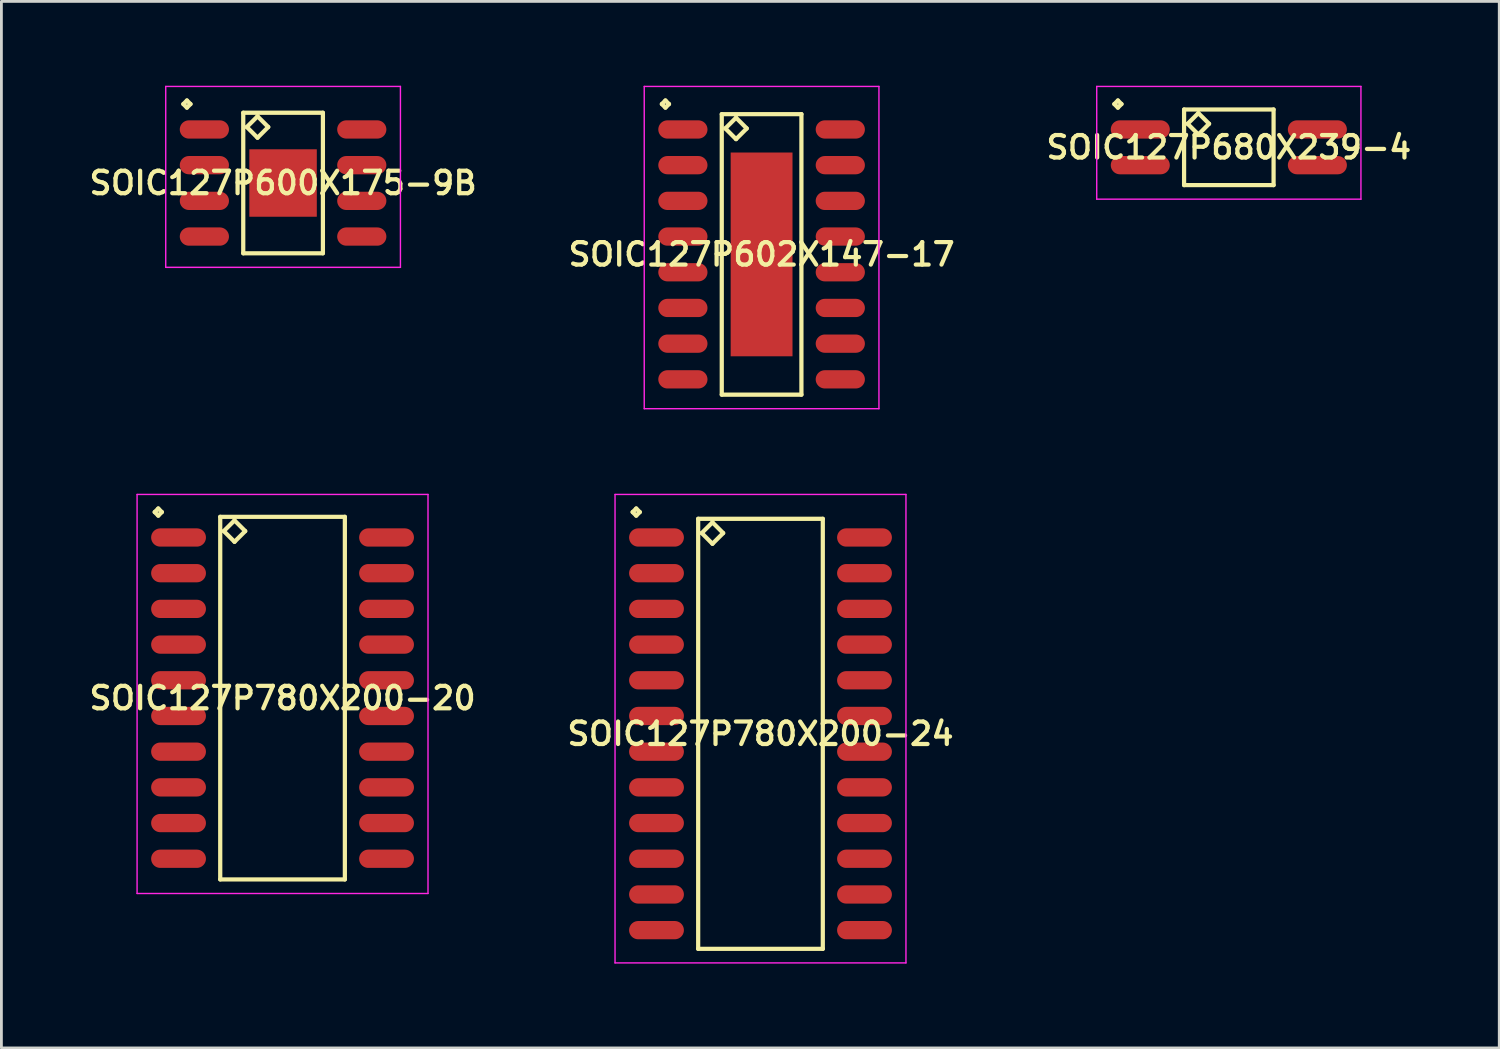
<source format=kicad_pcb>
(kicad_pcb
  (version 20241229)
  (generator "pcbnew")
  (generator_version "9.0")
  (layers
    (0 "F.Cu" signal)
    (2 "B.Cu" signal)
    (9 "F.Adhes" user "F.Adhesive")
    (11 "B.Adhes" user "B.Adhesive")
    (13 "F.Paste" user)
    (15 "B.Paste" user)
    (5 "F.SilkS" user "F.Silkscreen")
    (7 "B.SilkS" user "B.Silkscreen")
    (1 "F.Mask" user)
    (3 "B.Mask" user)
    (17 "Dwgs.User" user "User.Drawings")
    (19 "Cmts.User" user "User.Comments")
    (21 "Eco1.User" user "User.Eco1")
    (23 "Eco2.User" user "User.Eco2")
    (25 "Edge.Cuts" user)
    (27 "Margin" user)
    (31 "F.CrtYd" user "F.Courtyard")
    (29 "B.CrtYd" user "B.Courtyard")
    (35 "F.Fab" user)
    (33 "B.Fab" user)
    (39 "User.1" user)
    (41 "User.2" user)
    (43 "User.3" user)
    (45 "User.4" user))
  (footprint "SOIC127P602X147-17"
    (layer "F.Cu")
    (at 24.045 6.001)
    (property "Reference" "SOIC127P602X147-17" (at 0 0 0) (layer "F.SilkS") (effects (font (size 0.8 0.8) (thickness 0.15))))
    (attr smd)
    (fp_line (start -3.548 -5.349) (end -3.421 -5.476) (stroke (width 0.15) (type solid)) (layer "F.SilkS"))
    (fp_line (start -3.421 -5.476) (end -3.294 -5.349) (stroke (width 0.15) (type solid)) (layer "F.SilkS"))
    (fp_line (start -3.421 -5.222) (end -3.548 -5.349) (stroke (width 0.15) (type solid)) (layer "F.SilkS"))
    (fp_line (start -3.294 -5.349) (end -3.421 -5.222) (stroke (width 0.15) (type solid)) (layer "F.SilkS"))
    (fp_line (start -1.417 -4.99) (end -1.417 4.99) (stroke (width 0.15) (type solid)) (layer "F.SilkS"))
    (fp_line (start -1.417 4.99) (end 1.417 4.99) (stroke (width 0.15) (type solid)) (layer "F.SilkS"))
    (fp_line (start -1.29 -4.482) (end -0.909 -4.863) (stroke (width 0.15) (type solid)) (layer "F.SilkS"))
    (fp_line (start -0.909 -4.863) (end -0.528 -4.482) (stroke (width 0.15) (type solid)) (layer "F.SilkS"))
    (fp_line (start -0.909 -4.101) (end -1.29 -4.482) (stroke (width 0.15) (type solid)) (layer "F.SilkS"))
    (fp_line (start -0.528 -4.482) (end -0.909 -4.101) (stroke (width 0.15) (type solid)) (layer "F.SilkS"))
    (fp_line (start 1.417 -4.99) (end -1.417 -4.99) (stroke (width 0.15) (type solid)) (layer "F.SilkS"))
    (fp_line (start 1.417 4.99) (end 1.417 -4.99) (stroke (width 0.15) (type solid)) (layer "F.SilkS"))
    (fp_line (start -4.175 -5.976) (end 4.175 -5.976) (stroke (width 0.05) (type solid)) (layer "F.CrtYd"))
    (fp_line (start -4.175 5.49) (end -4.175 -5.976) (stroke (width 0.05) (type solid)) (layer "F.CrtYd"))
    (fp_line (start 4.175 -5.976) (end 4.175 5.49) (stroke (width 0.05) (type solid)) (layer "F.CrtYd"))
    (fp_line (start 4.175 5.49) (end -4.175 5.49) (stroke (width 0.05) (type solid)) (layer "F.CrtYd"))
    (pad "1" smd oval (at -2.8 -4.445) (size 1.75 0.65) (layers "F.Cu" "F.Mask" "F.Paste"))
    (pad "2" smd oval (at -2.8 -3.175) (size 1.75 0.65) (layers "F.Cu" "F.Mask" "F.Paste"))
    (pad "3" smd oval (at -2.8 -1.905) (size 1.75 0.65) (layers "F.Cu" "F.Mask" "F.Paste"))
    (pad "4" smd oval (at -2.8 -0.635) (size 1.75 0.65) (layers "F.Cu" "F.Mask" "F.Paste"))
    (pad "5" smd oval (at -2.8 0.635) (size 1.75 0.65) (layers "F.Cu" "F.Mask" "F.Paste"))
    (pad "6" smd oval (at -2.8 1.905) (size 1.75 0.65) (layers "F.Cu" "F.Mask" "F.Paste"))
    (pad "7" smd oval (at -2.8 3.175) (size 1.75 0.65) (layers "F.Cu" "F.Mask" "F.Paste"))
    (pad "8" smd oval (at -2.8 4.445) (size 1.75 0.65) (layers "F.Cu" "F.Mask" "F.Paste"))
    (pad "9" smd oval (at 2.8 4.445) (size 1.75 0.65) (layers "F.Cu" "F.Mask" "F.Paste"))
    (pad "10" smd oval (at 2.8 3.175) (size 1.75 0.65) (layers "F.Cu" "F.Mask" "F.Paste"))
    (pad "11" smd oval (at 2.8 1.905) (size 1.75 0.65) (layers "F.Cu" "F.Mask" "F.Paste"))
    (pad "12" smd oval (at 2.8 0.635) (size 1.75 0.65) (layers "F.Cu" "F.Mask" "F.Paste"))
    (pad "13" smd oval (at 2.8 -0.635) (size 1.75 0.65) (layers "F.Cu" "F.Mask" "F.Paste"))
    (pad "14" smd oval (at 2.8 -1.905) (size 1.75 0.65) (layers "F.Cu" "F.Mask" "F.Paste"))
    (pad "15" smd oval (at 2.8 -3.175) (size 1.75 0.65) (layers "F.Cu" "F.Mask" "F.Paste"))
    (pad "16" smd oval (at 2.8 -4.445) (size 1.75 0.65) (layers "F.Cu" "F.Mask" "F.Paste"))
    (pad "17" smd rect (at 0 0) (size 2.2 7.25) (layers "F.Cu" "F.Mask" "F.Paste")))
  (footprint "SOIC127P780X200-20"
    (layer "F.Cu")
    (at 7.002 21.787)
    (property "Reference" "SOIC127P780X200-20" (at 0 0 0) (layer "F.SilkS") (effects (font (size 0.8 0.8) (thickness 0.15))))
    (attr smd)
    (fp_line (start -4.548 -6.619) (end -4.421 -6.746) (stroke (width 0.15) (type solid)) (layer "F.SilkS"))
    (fp_line (start -4.421 -6.746) (end -4.294 -6.619) (stroke (width 0.15) (type solid)) (layer "F.SilkS"))
    (fp_line (start -4.421 -6.492) (end -4.548 -6.619) (stroke (width 0.15) (type solid)) (layer "F.SilkS"))
    (fp_line (start -4.294 -6.619) (end -4.421 -6.492) (stroke (width 0.15) (type solid)) (layer "F.SilkS"))
    (fp_line (start -2.217 -6.45) (end -2.217 6.45) (stroke (width 0.15) (type solid)) (layer "F.SilkS"))
    (fp_line (start -2.217 6.45) (end 2.217 6.45) (stroke (width 0.15) (type solid)) (layer "F.SilkS"))
    (fp_line (start -2.09 -5.942) (end -1.709 -6.323) (stroke (width 0.15) (type solid)) (layer "F.SilkS"))
    (fp_line (start -1.709 -6.323) (end -1.328 -5.942) (stroke (width 0.15) (type solid)) (layer "F.SilkS"))
    (fp_line (start -1.709 -5.561) (end -2.09 -5.942) (stroke (width 0.15) (type solid)) (layer "F.SilkS"))
    (fp_line (start -1.328 -5.942) (end -1.709 -5.561) (stroke (width 0.15) (type solid)) (layer "F.SilkS"))
    (fp_line (start 2.217 -6.45) (end -2.217 -6.45) (stroke (width 0.15) (type solid)) (layer "F.SilkS"))
    (fp_line (start 2.217 6.45) (end 2.217 -6.45) (stroke (width 0.15) (type solid)) (layer "F.SilkS"))
    (fp_line (start -5.175 -7.246) (end 5.175 -7.246) (stroke (width 0.05) (type solid)) (layer "F.CrtYd"))
    (fp_line (start -5.175 6.95) (end -5.175 -7.246) (stroke (width 0.05) (type solid)) (layer "F.CrtYd"))
    (fp_line (start 5.175 -7.246) (end 5.175 6.95) (stroke (width 0.05) (type solid)) (layer "F.CrtYd"))
    (fp_line (start 5.175 6.95) (end -5.175 6.95) (stroke (width 0.05) (type solid)) (layer "F.CrtYd"))
    (pad "1" smd oval (at -3.7 -5.715) (size 1.95 0.65) (layers "F.Cu" "F.Mask" "F.Paste"))
    (pad "2" smd oval (at -3.7 -4.445) (size 1.95 0.65) (layers "F.Cu" "F.Mask" "F.Paste"))
    (pad "3" smd oval (at -3.7 -3.175) (size 1.95 0.65) (layers "F.Cu" "F.Mask" "F.Paste"))
    (pad "4" smd oval (at -3.7 -1.905) (size 1.95 0.65) (layers "F.Cu" "F.Mask" "F.Paste"))
    (pad "5" smd oval (at -3.7 -0.635) (size 1.95 0.65) (layers "F.Cu" "F.Mask" "F.Paste"))
    (pad "6" smd oval (at -3.7 0.635) (size 1.95 0.65) (layers "F.Cu" "F.Mask" "F.Paste"))
    (pad "7" smd oval (at -3.7 1.905) (size 1.95 0.65) (layers "F.Cu" "F.Mask" "F.Paste"))
    (pad "8" smd oval (at -3.7 3.175) (size 1.95 0.65) (layers "F.Cu" "F.Mask" "F.Paste"))
    (pad "9" smd oval (at -3.7 4.445) (size 1.95 0.65) (layers "F.Cu" "F.Mask" "F.Paste"))
    (pad "10" smd oval (at -3.7 5.715) (size 1.95 0.65) (layers "F.Cu" "F.Mask" "F.Paste"))
    (pad "11" smd oval (at 3.7 5.715) (size 1.95 0.65) (layers "F.Cu" "F.Mask" "F.Paste"))
    (pad "12" smd oval (at 3.7 4.445) (size 1.95 0.65) (layers "F.Cu" "F.Mask" "F.Paste"))
    (pad "13" smd oval (at 3.7 3.175) (size 1.95 0.65) (layers "F.Cu" "F.Mask" "F.Paste"))
    (pad "14" smd oval (at 3.7 1.905) (size 1.95 0.65) (layers "F.Cu" "F.Mask" "F.Paste"))
    (pad "15" smd oval (at 3.7 0.635) (size 1.95 0.65) (layers "F.Cu" "F.Mask" "F.Paste"))
    (pad "16" smd oval (at 3.7 -0.635) (size 1.95 0.65) (layers "F.Cu" "F.Mask" "F.Paste"))
    (pad "17" smd oval (at 3.7 -1.905) (size 1.95 0.65) (layers "F.Cu" "F.Mask" "F.Paste"))
    (pad "18" smd oval (at 3.7 -3.175) (size 1.95 0.65) (layers "F.Cu" "F.Mask" "F.Paste"))
    (pad "19" smd oval (at 3.7 -4.445) (size 1.95 0.65) (layers "F.Cu" "F.Mask" "F.Paste"))
    (pad "20" smd oval (at 3.7 -5.715) (size 1.95 0.65) (layers "F.Cu" "F.Mask" "F.Paste")))
  (footprint "SOIC127P600X175-9B"
    (layer "F.Cu")
    (at 7.021 3.461)
    (property "Reference" "SOIC127P600X175-9B" (at 0 0 0) (layer "F.SilkS") (effects (font (size 0.8 0.8) (thickness 0.15))))
    (attr smd)
    (fp_line (start -3.548 -2.809) (end -3.421 -2.936) (stroke (width 0.15) (type solid)) (layer "F.SilkS"))
    (fp_line (start -3.421 -2.936) (end -3.294 -2.809) (stroke (width 0.15) (type solid)) (layer "F.SilkS"))
    (fp_line (start -3.421 -2.682) (end -3.548 -2.809) (stroke (width 0.15) (type solid)) (layer "F.SilkS"))
    (fp_line (start -3.294 -2.809) (end -3.421 -2.682) (stroke (width 0.15) (type solid)) (layer "F.SilkS"))
    (fp_line (start -1.417 -2.5) (end -1.417 2.5) (stroke (width 0.15) (type solid)) (layer "F.SilkS"))
    (fp_line (start -1.417 2.5) (end 1.417 2.5) (stroke (width 0.15) (type solid)) (layer "F.SilkS"))
    (fp_line (start -1.29 -1.992) (end -0.909 -2.373) (stroke (width 0.15) (type solid)) (layer "F.SilkS"))
    (fp_line (start -0.909 -2.373) (end -0.528 -1.992) (stroke (width 0.15) (type solid)) (layer "F.SilkS"))
    (fp_line (start -0.909 -1.611) (end -1.29 -1.992) (stroke (width 0.15) (type solid)) (layer "F.SilkS"))
    (fp_line (start -0.528 -1.992) (end -0.909 -1.611) (stroke (width 0.15) (type solid)) (layer "F.SilkS"))
    (fp_line (start 1.417 -2.5) (end -1.417 -2.5) (stroke (width 0.15) (type solid)) (layer "F.SilkS"))
    (fp_line (start 1.417 2.5) (end 1.417 -2.5) (stroke (width 0.15) (type solid)) (layer "F.SilkS"))
    (fp_line (start -4.175 -3.436) (end 4.175 -3.436) (stroke (width 0.05) (type solid)) (layer "F.CrtYd"))
    (fp_line (start -4.175 3) (end -4.175 -3.436) (stroke (width 0.05) (type solid)) (layer "F.CrtYd"))
    (fp_line (start 4.175 -3.436) (end 4.175 3) (stroke (width 0.05) (type solid)) (layer "F.CrtYd"))
    (fp_line (start 4.175 3) (end -4.175 3) (stroke (width 0.05) (type solid)) (layer "F.CrtYd"))
    (pad "1" smd oval (at -2.8 -1.905) (size 1.75 0.65) (layers "F.Cu" "F.Mask" "F.Paste"))
    (pad "2" smd oval (at -2.8 -0.635) (size 1.75 0.65) (layers "F.Cu" "F.Mask" "F.Paste"))
    (pad "3" smd oval (at -2.8 0.635) (size 1.75 0.65) (layers "F.Cu" "F.Mask" "F.Paste"))
    (pad "4" smd oval (at -2.8 1.905) (size 1.75 0.65) (layers "F.Cu" "F.Mask" "F.Paste"))
    (pad "5" smd oval (at 2.8 1.905) (size 1.75 0.65) (layers "F.Cu" "F.Mask" "F.Paste"))
    (pad "6" smd oval (at 2.8 0.635) (size 1.75 0.65) (layers "F.Cu" "F.Mask" "F.Paste"))
    (pad "7" smd oval (at 2.8 -0.635) (size 1.75 0.65) (layers "F.Cu" "F.Mask" "F.Paste"))
    (pad "8" smd oval (at 2.8 -1.905) (size 1.75 0.65) (layers "F.Cu" "F.Mask" "F.Paste"))
    (pad "9" smd rect (at 0 0) (size 2.4 2.4) (layers "F.Cu" "F.Mask" "F.Paste")))
  (footprint "SOIC127P680X239-4"
    (layer "F.Cu")
    (at 40.668 2.191)
    (property "Reference" "SOIC127P680X239-4" (at 0 0 0) (layer "F.SilkS") (effects (font (size 0.8 0.8) (thickness 0.15))))
    (attr smd)
    (fp_line (start -4.073 -1.539) (end -3.946 -1.666) (stroke (width 0.15) (type solid)) (layer "F.SilkS"))
    (fp_line (start -3.946 -1.666) (end -3.819 -1.539) (stroke (width 0.15) (type solid)) (layer "F.SilkS"))
    (fp_line (start -3.946 -1.412) (end -4.073 -1.539) (stroke (width 0.15) (type solid)) (layer "F.SilkS"))
    (fp_line (start -3.819 -1.539) (end -3.946 -1.412) (stroke (width 0.15) (type solid)) (layer "F.SilkS"))
    (fp_line (start -1.592 -1.345) (end -1.592 1.345) (stroke (width 0.15) (type solid)) (layer "F.SilkS"))
    (fp_line (start -1.592 1.345) (end 1.592 1.345) (stroke (width 0.15) (type solid)) (layer "F.SilkS"))
    (fp_line (start -1.465 -0.837) (end -1.084 -1.218) (stroke (width 0.15) (type solid)) (layer "F.SilkS"))
    (fp_line (start -1.084 -1.218) (end -0.703 -0.837) (stroke (width 0.15) (type solid)) (layer "F.SilkS"))
    (fp_line (start -1.084 -0.456) (end -1.465 -0.837) (stroke (width 0.15) (type solid)) (layer "F.SilkS"))
    (fp_line (start -0.703 -0.837) (end -1.084 -0.456) (stroke (width 0.15) (type solid)) (layer "F.SilkS"))
    (fp_line (start 1.592 -1.345) (end -1.592 -1.345) (stroke (width 0.15) (type solid)) (layer "F.SilkS"))
    (fp_line (start 1.592 1.345) (end 1.592 -1.345) (stroke (width 0.15) (type solid)) (layer "F.SilkS"))
    (fp_line (start -4.7 -2.166) (end 4.7 -2.166) (stroke (width 0.05) (type solid)) (layer "F.CrtYd"))
    (fp_line (start -4.7 1.845) (end -4.7 -2.166) (stroke (width 0.05) (type solid)) (layer "F.CrtYd"))
    (fp_line (start 4.7 -2.166) (end 4.7 1.845) (stroke (width 0.05) (type solid)) (layer "F.CrtYd"))
    (fp_line (start 4.7 1.845) (end -4.7 1.845) (stroke (width 0.05) (type solid)) (layer "F.CrtYd"))
    (pad "1" smd oval (at -3.15 -0.635) (size 2.1 0.65) (layers "F.Cu" "F.Mask" "F.Paste"))
    (pad "2" smd oval (at -3.15 0.635) (size 2.1 0.65) (layers "F.Cu" "F.Mask" "F.Paste"))
    (pad "3" smd oval (at 3.15 0.635) (size 2.1 0.65) (layers "F.Cu" "F.Mask" "F.Paste"))
    (pad "4" smd oval (at 3.15 -0.635) (size 2.1 0.65) (layers "F.Cu" "F.Mask" "F.Paste")))
  (footprint "SOIC127P780X200-24"
    (layer "F.Cu")
    (at 24.006 23.057)
    (property "Reference" "SOIC127P780X200-24" (at 0 0 0) (layer "F.SilkS") (effects (font (size 0.8 0.8) (thickness 0.15))))
    (attr smd)
    (fp_line (start -4.548 -7.889) (end -4.421 -8.016) (stroke (width 0.15) (type solid)) (layer "F.SilkS"))
    (fp_line (start -4.421 -8.016) (end -4.294 -7.889) (stroke (width 0.15) (type solid)) (layer "F.SilkS"))
    (fp_line (start -4.421 -7.762) (end -4.548 -7.889) (stroke (width 0.15) (type solid)) (layer "F.SilkS"))
    (fp_line (start -4.294 -7.889) (end -4.421 -7.762) (stroke (width 0.15) (type solid)) (layer "F.SilkS"))
    (fp_line (start -2.217 -7.65) (end -2.217 7.65) (stroke (width 0.15) (type solid)) (layer "F.SilkS"))
    (fp_line (start -2.217 7.65) (end 2.217 7.65) (stroke (width 0.15) (type solid)) (layer "F.SilkS"))
    (fp_line (start -2.09 -7.142) (end -1.709 -7.523) (stroke (width 0.15) (type solid)) (layer "F.SilkS"))
    (fp_line (start -1.709 -7.523) (end -1.328 -7.142) (stroke (width 0.15) (type solid)) (layer "F.SilkS"))
    (fp_line (start -1.709 -6.761) (end -2.09 -7.142) (stroke (width 0.15) (type solid)) (layer "F.SilkS"))
    (fp_line (start -1.328 -7.142) (end -1.709 -6.761) (stroke (width 0.15) (type solid)) (layer "F.SilkS"))
    (fp_line (start 2.217 -7.65) (end -2.217 -7.65) (stroke (width 0.15) (type solid)) (layer "F.SilkS"))
    (fp_line (start 2.217 7.65) (end 2.217 -7.65) (stroke (width 0.15) (type solid)) (layer "F.SilkS"))
    (fp_line (start -5.175 -8.516) (end 5.175 -8.516) (stroke (width 0.05) (type solid)) (layer "F.CrtYd"))
    (fp_line (start -5.175 8.15) (end -5.175 -8.516) (stroke (width 0.05) (type solid)) (layer "F.CrtYd"))
    (fp_line (start 5.175 -8.516) (end 5.175 8.15) (stroke (width 0.05) (type solid)) (layer "F.CrtYd"))
    (fp_line (start 5.175 8.15) (end -5.175 8.15) (stroke (width 0.05) (type solid)) (layer "F.CrtYd"))
    (pad "1" smd oval (at -3.7 -6.985) (size 1.95 0.65) (layers "F.Cu" "F.Mask" "F.Paste"))
    (pad "2" smd oval (at -3.7 -5.715) (size 1.95 0.65) (layers "F.Cu" "F.Mask" "F.Paste"))
    (pad "3" smd oval (at -3.7 -4.445) (size 1.95 0.65) (layers "F.Cu" "F.Mask" "F.Paste"))
    (pad "4" smd oval (at -3.7 -3.175) (size 1.95 0.65) (layers "F.Cu" "F.Mask" "F.Paste"))
    (pad "5" smd oval (at -3.7 -1.905) (size 1.95 0.65) (layers "F.Cu" "F.Mask" "F.Paste"))
    (pad "6" smd oval (at -3.7 -0.635) (size 1.95 0.65) (layers "F.Cu" "F.Mask" "F.Paste"))
    (pad "7" smd oval (at -3.7 0.635) (size 1.95 0.65) (layers "F.Cu" "F.Mask" "F.Paste"))
    (pad "8" smd oval (at -3.7 1.905) (size 1.95 0.65) (layers "F.Cu" "F.Mask" "F.Paste"))
    (pad "9" smd oval (at -3.7 3.175) (size 1.95 0.65) (layers "F.Cu" "F.Mask" "F.Paste"))
    (pad "10" smd oval (at -3.7 4.445) (size 1.95 0.65) (layers "F.Cu" "F.Mask" "F.Paste"))
    (pad "11" smd oval (at -3.7 5.715) (size 1.95 0.65) (layers "F.Cu" "F.Mask" "F.Paste"))
    (pad "12" smd oval (at -3.7 6.985) (size 1.95 0.65) (layers "F.Cu" "F.Mask" "F.Paste"))
    (pad "13" smd oval (at 3.7 6.985) (size 1.95 0.65) (layers "F.Cu" "F.Mask" "F.Paste"))
    (pad "14" smd oval (at 3.7 5.715) (size 1.95 0.65) (layers "F.Cu" "F.Mask" "F.Paste"))
    (pad "15" smd oval (at 3.7 4.445) (size 1.95 0.65) (layers "F.Cu" "F.Mask" "F.Paste"))
    (pad "16" smd oval (at 3.7 3.175) (size 1.95 0.65) (layers "F.Cu" "F.Mask" "F.Paste"))
    (pad "17" smd oval (at 3.7 1.905) (size 1.95 0.65) (layers "F.Cu" "F.Mask" "F.Paste"))
    (pad "18" smd oval (at 3.7 0.635) (size 1.95 0.65) (layers "F.Cu" "F.Mask" "F.Paste"))
    (pad "19" smd oval (at 3.7 -0.635) (size 1.95 0.65) (layers "F.Cu" "F.Mask" "F.Paste"))
    (pad "20" smd oval (at 3.7 -1.905) (size 1.95 0.65) (layers "F.Cu" "F.Mask" "F.Paste"))
    (pad "21" smd oval (at 3.7 -3.175) (size 1.95 0.65) (layers "F.Cu" "F.Mask" "F.Paste"))
    (pad "22" smd oval (at 3.7 -4.445) (size 1.95 0.65) (layers "F.Cu" "F.Mask" "F.Paste"))
    (pad "23" smd oval (at 3.7 -5.715) (size 1.95 0.65) (layers "F.Cu" "F.Mask" "F.Paste"))
    (pad "24" smd oval (at 3.7 -6.985) (size 1.95 0.65) (layers "F.Cu" "F.Mask" "F.Paste")))
  (gr_rect
    (start -3 -3)
    (end 50.289 34.232)
    (stroke (width 0.1) (type default))
    (fill no)
    (layer "Edge.Cuts")))
</source>
